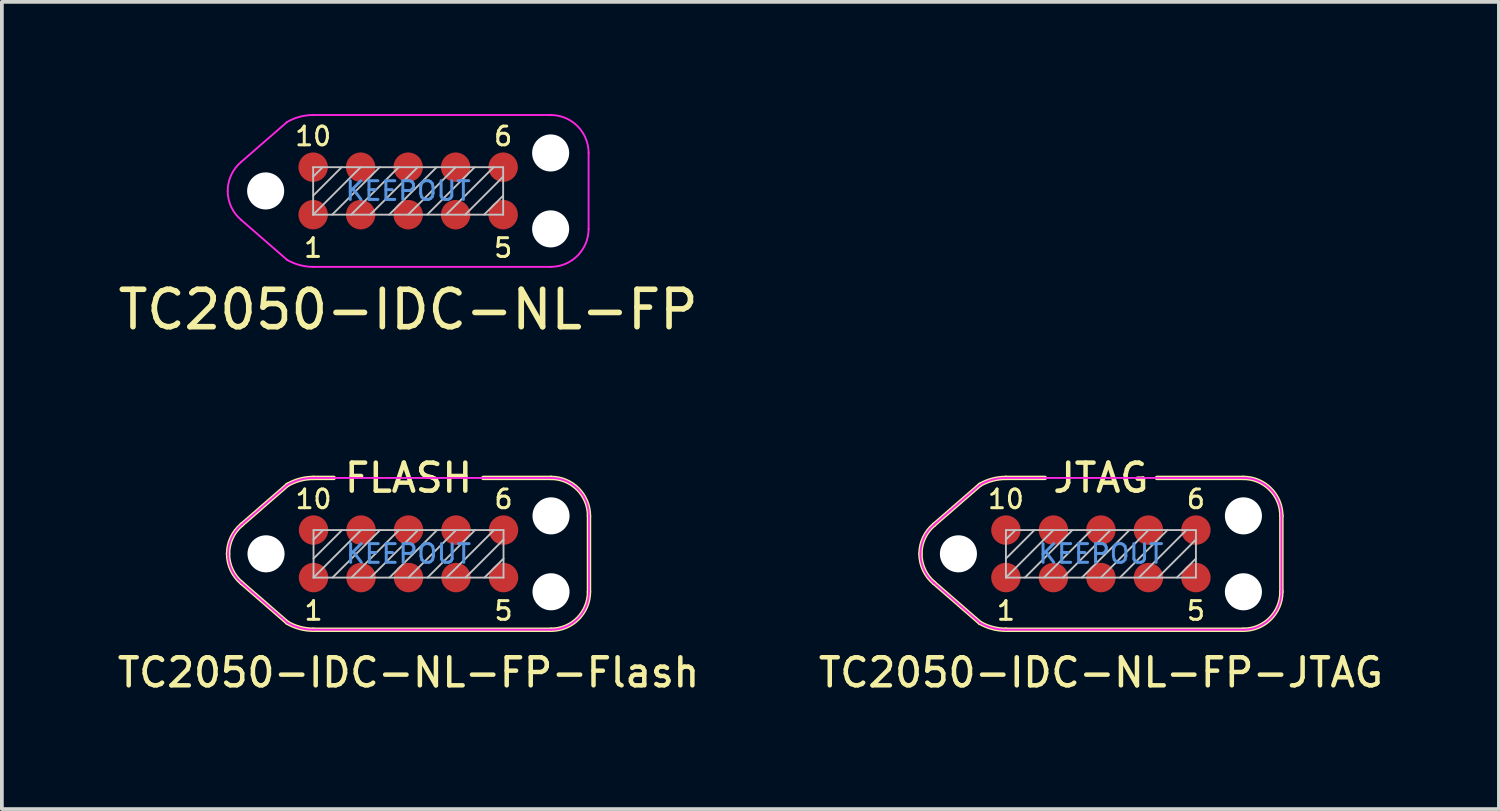
<source format=kicad_pcb>
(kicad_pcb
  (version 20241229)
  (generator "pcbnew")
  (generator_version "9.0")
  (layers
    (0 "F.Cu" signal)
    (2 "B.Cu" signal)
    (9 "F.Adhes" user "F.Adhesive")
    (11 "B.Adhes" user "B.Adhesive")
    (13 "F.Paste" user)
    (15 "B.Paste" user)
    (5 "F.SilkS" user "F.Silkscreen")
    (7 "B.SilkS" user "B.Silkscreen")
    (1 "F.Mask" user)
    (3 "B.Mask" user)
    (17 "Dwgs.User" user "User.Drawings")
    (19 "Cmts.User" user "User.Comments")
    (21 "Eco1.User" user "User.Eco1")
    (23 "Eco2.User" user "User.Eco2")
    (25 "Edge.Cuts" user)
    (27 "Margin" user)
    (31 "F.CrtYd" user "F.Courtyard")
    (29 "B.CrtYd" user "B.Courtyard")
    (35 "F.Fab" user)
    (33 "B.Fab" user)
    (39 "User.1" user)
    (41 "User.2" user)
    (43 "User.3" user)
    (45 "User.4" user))
  (footprint "TC2050-IDC-NL-FP-Flash"
    (layer "F.Cu")
    (at 7.873 11.758)
    (property "Reference" "TC2050-IDC-NL-FP-Flash" (at 0 3.175 0) (layer "F.SilkS") (effects (font (size 0.75 0.75) (thickness 0.12))))
    (attr exclude_from_pos_files exclude_from_bom)
    (fp_line (start -4.462 0.778) (end -3.237 1.843) (stroke (width 0.12) (type solid)) (layer "F.SilkS"))
    (fp_line (start -3.237 -1.843) (end -4.462 -0.778) (stroke (width 0.12) (type solid)) (layer "F.SilkS"))
    (fp_line (start -2 -2.03) (end -2.54 -2.03) (stroke (width 0.12) (type solid)) (layer "F.SilkS"))
    (fp_line (start 3.81 -2.03) (end 2 -2.03) (stroke (width 0.12) (type solid)) (layer "F.SilkS"))
    (fp_line (start 3.81 2.03) (end -2.54 2.03) (stroke (width 0.12) (type solid)) (layer "F.SilkS"))
    (fp_line (start 4.825 -1.015) (end 4.825 1.015) (stroke (width 0.12) (type solid)) (layer "F.SilkS"))
    (fp_arc (start -4.825 0) (mid -4.729902 -0.428958) (end -4.462429 -0.777535) (stroke (width 0.12) (type solid)) (layer "F.SilkS"))
    (fp_arc (start -4.462429 0.777535) (mid -4.729902 0.428958) (end -4.825 0) (stroke (width 0.12) (type solid)) (layer "F.SilkS"))
    (fp_arc (start -3.2375 -1.843105) (mid -2.901053 -1.982466) (end -2.54 -2.03) (stroke (width 0.12) (type solid)) (layer "F.SilkS"))
    (fp_arc (start -2.54 2.03) (mid -2.901053 1.982466) (end -3.2375 1.843105) (stroke (width 0.12) (type solid)) (layer "F.SilkS"))
    (fp_arc (start 3.81 -2.03) (mid 4.527713 -1.732713) (end 4.825 -1.015) (stroke (width 0.12) (type solid)) (layer "F.SilkS"))
    (fp_arc (start 4.825 1.015) (mid 4.527713 1.732713) (end 3.81 2.03) (stroke (width 0.12) (type solid)) (layer "F.SilkS"))
    (fp_line (start -2.54 -0.381) (end -2.286 -0.635) (stroke (width 0.05) (type solid)) (layer "Dwgs.User"))
    (fp_line (start -2.54 0.127) (end -1.778 -0.635) (stroke (width 0.05) (type solid)) (layer "Dwgs.User"))
    (fp_line (start -2.54 0.635) (end -2.54 -0.635) (stroke (width 0.05) (type solid)) (layer "Dwgs.User"))
    (fp_line (start -2.54 0.635) (end -1.27 -0.635) (stroke (width 0.05) (type solid)) (layer "Dwgs.User"))
    (fp_line (start -2.032 0.635) (end -0.762 -0.635) (stroke (width 0.05) (type solid)) (layer "Dwgs.User"))
    (fp_line (start -1.524 0.635) (end -0.254 -0.635) (stroke (width 0.05) (type solid)) (layer "Dwgs.User"))
    (fp_line (start -1.016 0.635) (end 0.254 -0.635) (stroke (width 0.05) (type solid)) (layer "Dwgs.User"))
    (fp_line (start -0.508 0.635) (end 0.762 -0.635) (stroke (width 0.05) (type solid)) (layer "Dwgs.User"))
    (fp_line (start 0 0.635) (end 1.27 -0.635) (stroke (width 0.05) (type solid)) (layer "Dwgs.User"))
    (fp_line (start 0.508 0.635) (end 1.778 -0.635) (stroke (width 0.05) (type solid)) (layer "Dwgs.User"))
    (fp_line (start 1.016 0.635) (end 2.286 -0.635) (stroke (width 0.05) (type solid)) (layer "Dwgs.User"))
    (fp_line (start 1.524 0.635) (end 2.54 -0.381) (stroke (width 0.05) (type solid)) (layer "Dwgs.User"))
    (fp_line (start 2.032 0.635) (end 2.54 0.127) (stroke (width 0.05) (type solid)) (layer "Dwgs.User"))
    (fp_line (start 2.54 -0.635) (end -2.54 -0.635) (stroke (width 0.05) (type solid)) (layer "Dwgs.User"))
    (fp_line (start 2.54 -0.635) (end 2.54 0.635) (stroke (width 0.05) (type solid)) (layer "Dwgs.User"))
    (fp_line (start 2.54 0.635) (end -2.54 0.635) (stroke (width 0.05) (type solid)) (layer "Dwgs.User"))
    (fp_line (start -4.462 0.778) (end -3.237 1.843) (stroke (width 0.05) (type solid)) (layer "F.CrtYd"))
    (fp_line (start -3.237 -1.843) (end -4.462 -0.778) (stroke (width 0.05) (type solid)) (layer "F.CrtYd"))
    (fp_line (start 3.81 -2.03) (end -2.54 -2.03) (stroke (width 0.05) (type solid)) (layer "F.CrtYd"))
    (fp_line (start 3.81 2.03) (end -2.54 2.03) (stroke (width 0.05) (type solid)) (layer "F.CrtYd"))
    (fp_line (start 4.825 -1.015) (end 4.825 1.015) (stroke (width 0.05) (type solid)) (layer "F.CrtYd"))
    (fp_arc (start -4.825 0) (mid -4.729902 -0.428958) (end -4.462429 -0.777535) (stroke (width 0.05) (type solid)) (layer "F.CrtYd"))
    (fp_arc (start -4.462429 0.777535) (mid -4.729902 0.428958) (end -4.825 0) (stroke (width 0.05) (type solid)) (layer "F.CrtYd"))
    (fp_arc (start -3.2375 -1.843105) (mid -2.901053 -1.982466) (end -2.54 -2.03) (stroke (width 0.05) (type solid)) (layer "F.CrtYd"))
    (fp_arc (start -2.54 2.03) (mid -2.901053 1.982466) (end -3.2375 1.843105) (stroke (width 0.05) (type solid)) (layer "F.CrtYd"))
    (fp_arc (start 3.81 -2.03) (mid 4.527713 -1.732713) (end 4.825 -1.015) (stroke (width 0.05) (type solid)) (layer "F.CrtYd"))
    (fp_arc (start 4.825 1.015) (mid 4.527713 1.732713) (end 3.81 2.03) (stroke (width 0.05) (type solid)) (layer "F.CrtYd"))
    (fp_text user "6" (at 2.54 -1.46 0) (layer "F.SilkS") (effects (font (size 0.5 0.5) (thickness 0.08))))
    (fp_text user "" (at 0 0 0) (layer "F.SilkS") (effects (font (size 1.27 1.27) (thickness 0.15))))
    (fp_text user "" (at 0 0 0) (layer "F.SilkS") (effects (font (size 1.27 1.27) (thickness 0.15))))
    (fp_text user "FLASH" (at 0 -2.03 0) (unlocked yes) (layer "F.SilkS") (effects (font (size 0.75 0.75) (thickness 0.12))))
    (fp_text user "" (at 0 0 0) (layer "F.SilkS") (effects (font (size 1.27 1.27) (thickness 0.15))))
    (fp_text user "1" (at -2.54 1.524 0) (layer "F.SilkS") (effects (font (size 0.5 0.5) (thickness 0.08))))
    (fp_text user "" (at 0 0 0) (layer "F.SilkS") (effects (font (size 1.27 1.27) (thickness 0.15))))
    (fp_text user "10" (at -2.54 -1.46 0) (layer "F.SilkS") (effects (font (size 0.5 0.5) (thickness 0.08))))
    (fp_text user "5" (at 2.54 1.524 0) (layer "F.SilkS") (effects (font (size 0.5 0.5) (thickness 0.08))))
    (fp_text user "" (at 0 0 0) (layer "F.SilkS") (effects (font (size 1.27 1.27) (thickness 0.15))))
    (fp_text user "" (at 0 0 0) (layer "F.SilkS") (effects (font (size 1.27 1.27) (thickness 0.15))))
    (fp_text user "KEEPOUT" (at 0 0 0) (layer "Cmts.User") (effects (font (size 0.5 0.5) (thickness 0.08))))
    (pad "" np_thru_hole circle (at -3.81 0) (size 0.991 0.991) (drill 0.991) (layers "*.Cu" "*.Mask"))
    (pad "" np_thru_hole circle (at 3.81 -1.015) (size 0.991 0.991) (drill 0.991) (layers "*.Cu" "*.Mask"))
    (pad "" np_thru_hole circle (at 3.81 1.015) (size 0.991 0.991) (drill 0.991) (layers "*.Cu" "*.Mask"))
    (pad "1" smd circle (at -2.54 0.635) (size 0.787 0.787) (layers "F.Cu" "F.Mask"))
    (pad "2" smd circle (at -1.27 0.635) (size 0.787 0.787) (layers "F.Cu" "F.Mask"))
    (pad "3" smd circle (at 0 0.635) (size 0.787 0.787) (layers "F.Cu" "F.Mask"))
    (pad "4" smd circle (at 1.27 0.635) (size 0.787 0.787) (layers "F.Cu" "F.Mask"))
    (pad "5" smd circle (at 2.54 0.635) (size 0.787 0.787) (layers "F.Cu" "F.Mask"))
    (pad "6" smd circle (at 2.54 -0.635) (size 0.787 0.787) (layers "F.Cu" "F.Mask"))
    (pad "7" smd circle (at 1.27 -0.635) (size 0.787 0.787) (layers "F.Cu" "F.Mask"))
    (pad "8" smd circle (at 0 -0.635) (size 0.787 0.787) (layers "F.Cu" "F.Mask"))
    (pad "9" smd circle (at -1.27 -0.635) (size 0.787 0.787) (layers "F.Cu" "F.Mask"))
    (pad "10" smd circle (at -2.54 -0.635) (size 0.787 0.787) (layers "F.Cu" "F.Mask")))
  (footprint "TC2050-IDC-NL-FP-JTAG"
    (layer "F.Cu")
    (at 26.386 11.758)
    (property "Reference" "TC2050-IDC-NL-FP-JTAG" (at 0 3.175 0) (layer "F.SilkS") (effects (font (size 0.75 0.75) (thickness 0.12))))
    (attr exclude_from_pos_files exclude_from_bom)
    (fp_line (start -4.462 0.778) (end -3.237 1.843) (stroke (width 0.12) (type solid)) (layer "F.SilkS"))
    (fp_line (start -3.237 -1.843) (end -4.462 -0.778) (stroke (width 0.12) (type solid)) (layer "F.SilkS"))
    (fp_line (start -1.5 -2.03) (end -2.54 -2.03) (stroke (width 0.12) (type solid)) (layer "F.SilkS"))
    (fp_line (start 3.81 -2.03) (end 1.5 -2.03) (stroke (width 0.12) (type solid)) (layer "F.SilkS"))
    (fp_line (start 3.81 2.03) (end -2.54 2.03) (stroke (width 0.12) (type solid)) (layer "F.SilkS"))
    (fp_line (start 4.825 -1.015) (end 4.825 1.015) (stroke (width 0.12) (type solid)) (layer "F.SilkS"))
    (fp_arc (start -4.825 0) (mid -4.729902 -0.428958) (end -4.462429 -0.777535) (stroke (width 0.12) (type solid)) (layer "F.SilkS"))
    (fp_arc (start -4.462429 0.777535) (mid -4.729902 0.428958) (end -4.825 0) (stroke (width 0.12) (type solid)) (layer "F.SilkS"))
    (fp_arc (start -3.2375 -1.843105) (mid -2.901053 -1.982466) (end -2.54 -2.03) (stroke (width 0.12) (type solid)) (layer "F.SilkS"))
    (fp_arc (start -2.54 2.03) (mid -2.901053 1.982466) (end -3.2375 1.843105) (stroke (width 0.12) (type solid)) (layer "F.SilkS"))
    (fp_arc (start 3.81 -2.03) (mid 4.527713 -1.732713) (end 4.825 -1.015) (stroke (width 0.12) (type solid)) (layer "F.SilkS"))
    (fp_arc (start 4.825 1.015) (mid 4.527713 1.732713) (end 3.81 2.03) (stroke (width 0.12) (type solid)) (layer "F.SilkS"))
    (fp_line (start -2.54 -0.381) (end -2.286 -0.635) (stroke (width 0.05) (type solid)) (layer "Dwgs.User"))
    (fp_line (start -2.54 0.127) (end -1.778 -0.635) (stroke (width 0.05) (type solid)) (layer "Dwgs.User"))
    (fp_line (start -2.54 0.635) (end -2.54 -0.635) (stroke (width 0.05) (type solid)) (layer "Dwgs.User"))
    (fp_line (start -2.54 0.635) (end -1.27 -0.635) (stroke (width 0.05) (type solid)) (layer "Dwgs.User"))
    (fp_line (start -2.032 0.635) (end -0.762 -0.635) (stroke (width 0.05) (type solid)) (layer "Dwgs.User"))
    (fp_line (start -1.524 0.635) (end -0.254 -0.635) (stroke (width 0.05) (type solid)) (layer "Dwgs.User"))
    (fp_line (start -1.016 0.635) (end 0.254 -0.635) (stroke (width 0.05) (type solid)) (layer "Dwgs.User"))
    (fp_line (start -0.508 0.635) (end 0.762 -0.635) (stroke (width 0.05) (type solid)) (layer "Dwgs.User"))
    (fp_line (start 0 0.635) (end 1.27 -0.635) (stroke (width 0.05) (type solid)) (layer "Dwgs.User"))
    (fp_line (start 0.508 0.635) (end 1.778 -0.635) (stroke (width 0.05) (type solid)) (layer "Dwgs.User"))
    (fp_line (start 1.016 0.635) (end 2.286 -0.635) (stroke (width 0.05) (type solid)) (layer "Dwgs.User"))
    (fp_line (start 1.524 0.635) (end 2.54 -0.381) (stroke (width 0.05) (type solid)) (layer "Dwgs.User"))
    (fp_line (start 2.032 0.635) (end 2.54 0.127) (stroke (width 0.05) (type solid)) (layer "Dwgs.User"))
    (fp_line (start 2.54 -0.635) (end -2.54 -0.635) (stroke (width 0.05) (type solid)) (layer "Dwgs.User"))
    (fp_line (start 2.54 -0.635) (end 2.54 0.635) (stroke (width 0.05) (type solid)) (layer "Dwgs.User"))
    (fp_line (start 2.54 0.635) (end -2.54 0.635) (stroke (width 0.05) (type solid)) (layer "Dwgs.User"))
    (fp_line (start -4.462 0.778) (end -3.237 1.843) (stroke (width 0.05) (type solid)) (layer "F.CrtYd"))
    (fp_line (start -3.237 -1.843) (end -4.462 -0.778) (stroke (width 0.05) (type solid)) (layer "F.CrtYd"))
    (fp_line (start 3.81 -2.03) (end -2.54 -2.03) (stroke (width 0.05) (type solid)) (layer "F.CrtYd"))
    (fp_line (start 3.81 2.03) (end -2.54 2.03) (stroke (width 0.05) (type solid)) (layer "F.CrtYd"))
    (fp_line (start 4.825 -1.015) (end 4.825 1.015) (stroke (width 0.05) (type solid)) (layer "F.CrtYd"))
    (fp_arc (start -4.825 0) (mid -4.729902 -0.428958) (end -4.462429 -0.777535) (stroke (width 0.05) (type solid)) (layer "F.CrtYd"))
    (fp_arc (start -4.462429 0.777535) (mid -4.729902 0.428958) (end -4.825 0) (stroke (width 0.05) (type solid)) (layer "F.CrtYd"))
    (fp_arc (start -3.2375 -1.843105) (mid -2.901053 -1.982466) (end -2.54 -2.03) (stroke (width 0.05) (type solid)) (layer "F.CrtYd"))
    (fp_arc (start -2.54 2.03) (mid -2.901053 1.982466) (end -3.2375 1.843105) (stroke (width 0.05) (type solid)) (layer "F.CrtYd"))
    (fp_arc (start 3.81 -2.03) (mid 4.527713 -1.732713) (end 4.825 -1.015) (stroke (width 0.05) (type solid)) (layer "F.CrtYd"))
    (fp_arc (start 4.825 1.015) (mid 4.527713 1.732713) (end 3.81 2.03) (stroke (width 0.05) (type solid)) (layer "F.CrtYd"))
    (fp_text user "5" (at 2.54 1.524 0) (layer "F.SilkS") (effects (font (size 0.5 0.5) (thickness 0.08))))
    (fp_text user "" (at 0 0 0) (layer "F.SilkS") (effects (font (size 1.27 1.27) (thickness 0.15))))
    (fp_text user "" (at 0 0 0) (layer "F.SilkS") (effects (font (size 1.27 1.27) (thickness 0.15))))
    (fp_text user "6" (at 2.54 -1.46 0) (layer "F.SilkS") (effects (font (size 0.5 0.5) (thickness 0.08))))
    (fp_text user "JTAG" (at 0 -2.03 0) (unlocked yes) (layer "F.SilkS") (effects (font (size 0.75 0.75) (thickness 0.12))))
    (fp_text user "1" (at -2.54 1.524 0) (layer "F.SilkS") (effects (font (size 0.5 0.5) (thickness 0.08))))
    (fp_text user "10" (at -2.54 -1.46 0) (layer "F.SilkS") (effects (font (size 0.5 0.5) (thickness 0.08))))
    (fp_text user "KEEPOUT" (at 0 0 0) (layer "Cmts.User") (effects (font (size 0.5 0.5) (thickness 0.08))))
    (pad "" np_thru_hole circle (at -3.81 0) (size 0.991 0.991) (drill 0.991) (layers "*.Cu" "*.Mask"))
    (pad "" np_thru_hole circle (at 3.81 -1.015) (size 0.991 0.991) (drill 0.991) (layers "*.Cu" "*.Mask"))
    (pad "" np_thru_hole circle (at 3.81 1.015) (size 0.991 0.991) (drill 0.991) (layers "*.Cu" "*.Mask"))
    (pad "1" smd circle (at -2.54 0.635) (size 0.787 0.787) (layers "F.Cu" "F.Mask"))
    (pad "2" smd circle (at -1.27 0.635) (size 0.787 0.787) (layers "F.Cu" "F.Mask"))
    (pad "3" smd circle (at 0 0.635) (size 0.787 0.787) (layers "F.Cu" "F.Mask"))
    (pad "4" smd circle (at 1.27 0.635) (size 0.787 0.787) (layers "F.Cu" "F.Mask"))
    (pad "5" smd circle (at 2.54 0.635) (size 0.787 0.787) (layers "F.Cu" "F.Mask"))
    (pad "6" smd circle (at 2.54 -0.635) (size 0.787 0.787) (layers "F.Cu" "F.Mask"))
    (pad "7" smd circle (at 1.27 -0.635) (size 0.787 0.787) (layers "F.Cu" "F.Mask"))
    (pad "8" smd circle (at 0 -0.635) (size 0.787 0.787) (layers "F.Cu" "F.Mask"))
    (pad "9" smd circle (at -1.27 -0.635) (size 0.787 0.787) (layers "F.Cu" "F.Mask"))
    (pad "10" smd circle (at -2.54 -0.635) (size 0.787 0.787) (layers "F.Cu" "F.Mask")))
  (footprint "TC2050-IDC-NL-FP"
    (layer "F.Cu")
    (at 7.863 2.055)
    (property "Reference" "TC2050-IDC-NL-FP" (at 0 3.175 0) (layer "F.SilkS") (effects (font (size 1 1) (thickness 0.15))))
    (attr exclude_from_pos_files exclude_from_bom)
    (fp_line (start -2.54 -0.381) (end -2.286 -0.635) (stroke (width 0.05) (type solid)) (layer "Dwgs.User"))
    (fp_line (start -2.54 0.127) (end -1.778 -0.635) (stroke (width 0.05) (type solid)) (layer "Dwgs.User"))
    (fp_line (start -2.54 0.635) (end -2.54 -0.635) (stroke (width 0.05) (type solid)) (layer "Dwgs.User"))
    (fp_line (start -2.54 0.635) (end -1.27 -0.635) (stroke (width 0.05) (type solid)) (layer "Dwgs.User"))
    (fp_line (start -2.032 0.635) (end -0.762 -0.635) (stroke (width 0.05) (type solid)) (layer "Dwgs.User"))
    (fp_line (start -1.524 0.635) (end -0.254 -0.635) (stroke (width 0.05) (type solid)) (layer "Dwgs.User"))
    (fp_line (start -1.016 0.635) (end 0.254 -0.635) (stroke (width 0.05) (type solid)) (layer "Dwgs.User"))
    (fp_line (start -0.508 0.635) (end 0.762 -0.635) (stroke (width 0.05) (type solid)) (layer "Dwgs.User"))
    (fp_line (start 0 0.635) (end 1.27 -0.635) (stroke (width 0.05) (type solid)) (layer "Dwgs.User"))
    (fp_line (start 0.508 0.635) (end 1.778 -0.635) (stroke (width 0.05) (type solid)) (layer "Dwgs.User"))
    (fp_line (start 1.016 0.635) (end 2.286 -0.635) (stroke (width 0.05) (type solid)) (layer "Dwgs.User"))
    (fp_line (start 1.524 0.635) (end 2.54 -0.381) (stroke (width 0.05) (type solid)) (layer "Dwgs.User"))
    (fp_line (start 2.032 0.635) (end 2.54 0.127) (stroke (width 0.05) (type solid)) (layer "Dwgs.User"))
    (fp_line (start 2.54 -0.635) (end -2.54 -0.635) (stroke (width 0.05) (type solid)) (layer "Dwgs.User"))
    (fp_line (start 2.54 -0.635) (end 2.54 0.635) (stroke (width 0.05) (type solid)) (layer "Dwgs.User"))
    (fp_line (start 2.54 0.635) (end -2.54 0.635) (stroke (width 0.05) (type solid)) (layer "Dwgs.User"))
    (fp_line (start -4.462 0.778) (end -3.237 1.843) (stroke (width 0.05) (type solid)) (layer "F.CrtYd"))
    (fp_line (start -3.237 -1.843) (end -4.462 -0.778) (stroke (width 0.05) (type solid)) (layer "F.CrtYd"))
    (fp_line (start 3.81 -2.03) (end -2.54 -2.03) (stroke (width 0.05) (type solid)) (layer "F.CrtYd"))
    (fp_line (start 3.81 2.03) (end -2.54 2.03) (stroke (width 0.05) (type solid)) (layer "F.CrtYd"))
    (fp_line (start 4.825 -1.015) (end 4.825 1.015) (stroke (width 0.05) (type solid)) (layer "F.CrtYd"))
    (fp_arc (start -4.825 0) (mid -4.729902 -0.428958) (end -4.462429 -0.777535) (stroke (width 0.05) (type solid)) (layer "F.CrtYd"))
    (fp_arc (start -4.462429 0.777535) (mid -4.729902 0.428958) (end -4.825 0) (stroke (width 0.05) (type solid)) (layer "F.CrtYd"))
    (fp_arc (start -3.2375 -1.843105) (mid -2.901053 -1.982466) (end -2.54 -2.03) (stroke (width 0.05) (type solid)) (layer "F.CrtYd"))
    (fp_arc (start -2.54 2.03) (mid -2.901053 1.982466) (end -3.2375 1.843105) (stroke (width 0.05) (type solid)) (layer "F.CrtYd"))
    (fp_arc (start 3.81 -2.03) (mid 4.527713 -1.732713) (end 4.825 -1.015) (stroke (width 0.05) (type solid)) (layer "F.CrtYd"))
    (fp_arc (start 4.825 1.015) (mid 4.527713 1.732713) (end 3.81 2.03) (stroke (width 0.05) (type solid)) (layer "F.CrtYd"))
    (fp_text user "1" (at -2.54 1.524 0) (layer "F.SilkS") (effects (font (size 0.5 0.5) (thickness 0.08))))
    (fp_text user "6" (at 2.54 -1.46 0) (layer "F.SilkS") (effects (font (size 0.5 0.5) (thickness 0.08))))
    (fp_text user "5" (at 2.54 1.524 0) (layer "F.SilkS") (effects (font (size 0.5 0.5) (thickness 0.08))))
    (fp_text user "10" (at -2.54 -1.46 0) (layer "F.SilkS") (effects (font (size 0.5 0.5) (thickness 0.08))))
    (fp_text user "KEEPOUT" (at 0 0 0) (layer "Cmts.User") (effects (font (size 0.5 0.5) (thickness 0.08))))
    (pad "" np_thru_hole circle (at -3.81 0) (size 0.991 0.991) (drill 0.991) (layers "*.Cu" "*.Mask"))
    (pad "" np_thru_hole circle (at 3.81 -1.015) (size 0.991 0.991) (drill 0.991) (layers "*.Cu" "*.Mask"))
    (pad "" np_thru_hole circle (at 3.81 1.015) (size 0.991 0.991) (drill 0.991) (layers "*.Cu" "*.Mask"))
    (pad "1" smd circle (at -2.54 0.635) (size 0.787 0.787) (layers "F.Cu" "F.Mask"))
    (pad "2" smd circle (at -1.27 0.635) (size 0.787 0.787) (layers "F.Cu" "F.Mask"))
    (pad "3" smd circle (at 0 0.635) (size 0.787 0.787) (layers "F.Cu" "F.Mask"))
    (pad "4" smd circle (at 1.27 0.635) (size 0.787 0.787) (layers "F.Cu" "F.Mask"))
    (pad "5" smd circle (at 2.54 0.635) (size 0.787 0.787) (layers "F.Cu" "F.Mask"))
    (pad "6" smd circle (at 2.54 -0.635) (size 0.787 0.787) (layers "F.Cu" "F.Mask"))
    (pad "7" smd circle (at 1.27 -0.635) (size 0.787 0.787) (layers "F.Cu" "F.Mask"))
    (pad "8" smd circle (at 0 -0.635) (size 0.787 0.787) (layers "F.Cu" "F.Mask"))
    (pad "9" smd circle (at -1.27 -0.635) (size 0.787 0.787) (layers "F.Cu" "F.Mask"))
    (pad "10" smd circle (at -2.54 -0.635) (size 0.787 0.787) (layers "F.Cu" "F.Mask")))
  (gr_rect
    (start -3 -3)
    (end 37.027 18.582)
    (stroke (width 0.1) (type default))
    (fill no)
    (layer "Edge.Cuts")))
</source>
